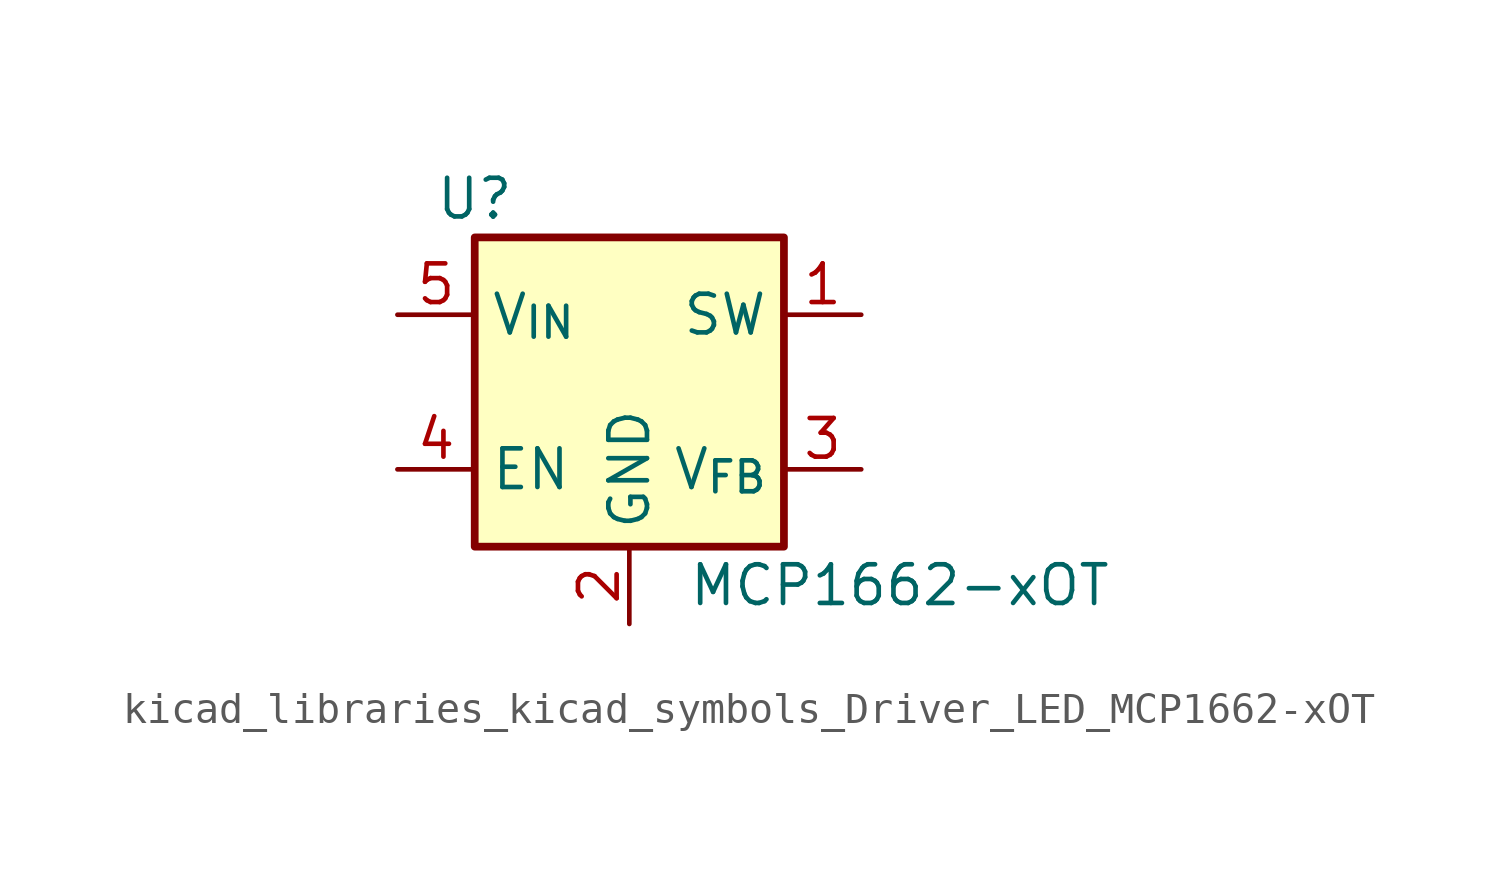
<source format=kicad_sym>
(kicad_symbol_lib
  (version 20220914)
  (generator kicad_symbol_editor)
  (symbol "kicad_libraries_kicad_symbols_Driver_LED_MCP1662-xOT"
    (property "Reference" "U"
      (at -5.08 6.35 0)
      (effects (font (size 1.27 1.27))))
    (property "Value" "MCP1662-xOT"
      (at 8.89 -6.35 0)
      (effects (font (size 1.27 1.27))))
    (symbol "kicad_libraries_kicad_symbols_Driver_LED_MCP1662-xOT_0_1"
      (rectangle (start -5.08 5.08) (end 5.08 -5.08) (stroke (width 0.254) (type default)) (fill (type background))))
    (symbol "kicad_libraries_kicad_symbols_Driver_LED_MCP1662-xOT_1_1"
      (pin power_out line (at 7.62 2.54 180) (length 2.54) (name "SW" (effects (font (size 1.27 1.27)))) (number "1" (effects (font (size 1.27 1.27)))))
      (pin power_in line (at 0 -7.62 90) (length 2.54) (name "GND" (effects (font (size 1.27 1.27)))) (number "2" (effects (font (size 1.27 1.27)))))
      (pin input line (at 7.62 -2.54 180) (length 2.54) (name "V_{FB}" (effects (font (size 1.27 1.27)))) (number "3" (effects (font (size 1.27 1.27)))))
      (pin input line (at -7.62 -2.54 0) (length 2.54) (name "EN" (effects (font (size 1.27 1.27)))) (number "4" (effects (font (size 1.27 1.27)))))
      (pin power_in line (at -7.62 2.54 0) (length 2.54) (name "V_{IN}" (effects (font (size 1.27 1.27)))) (number "5" (effects (font (size 1.27 1.27))))))))
</source>
